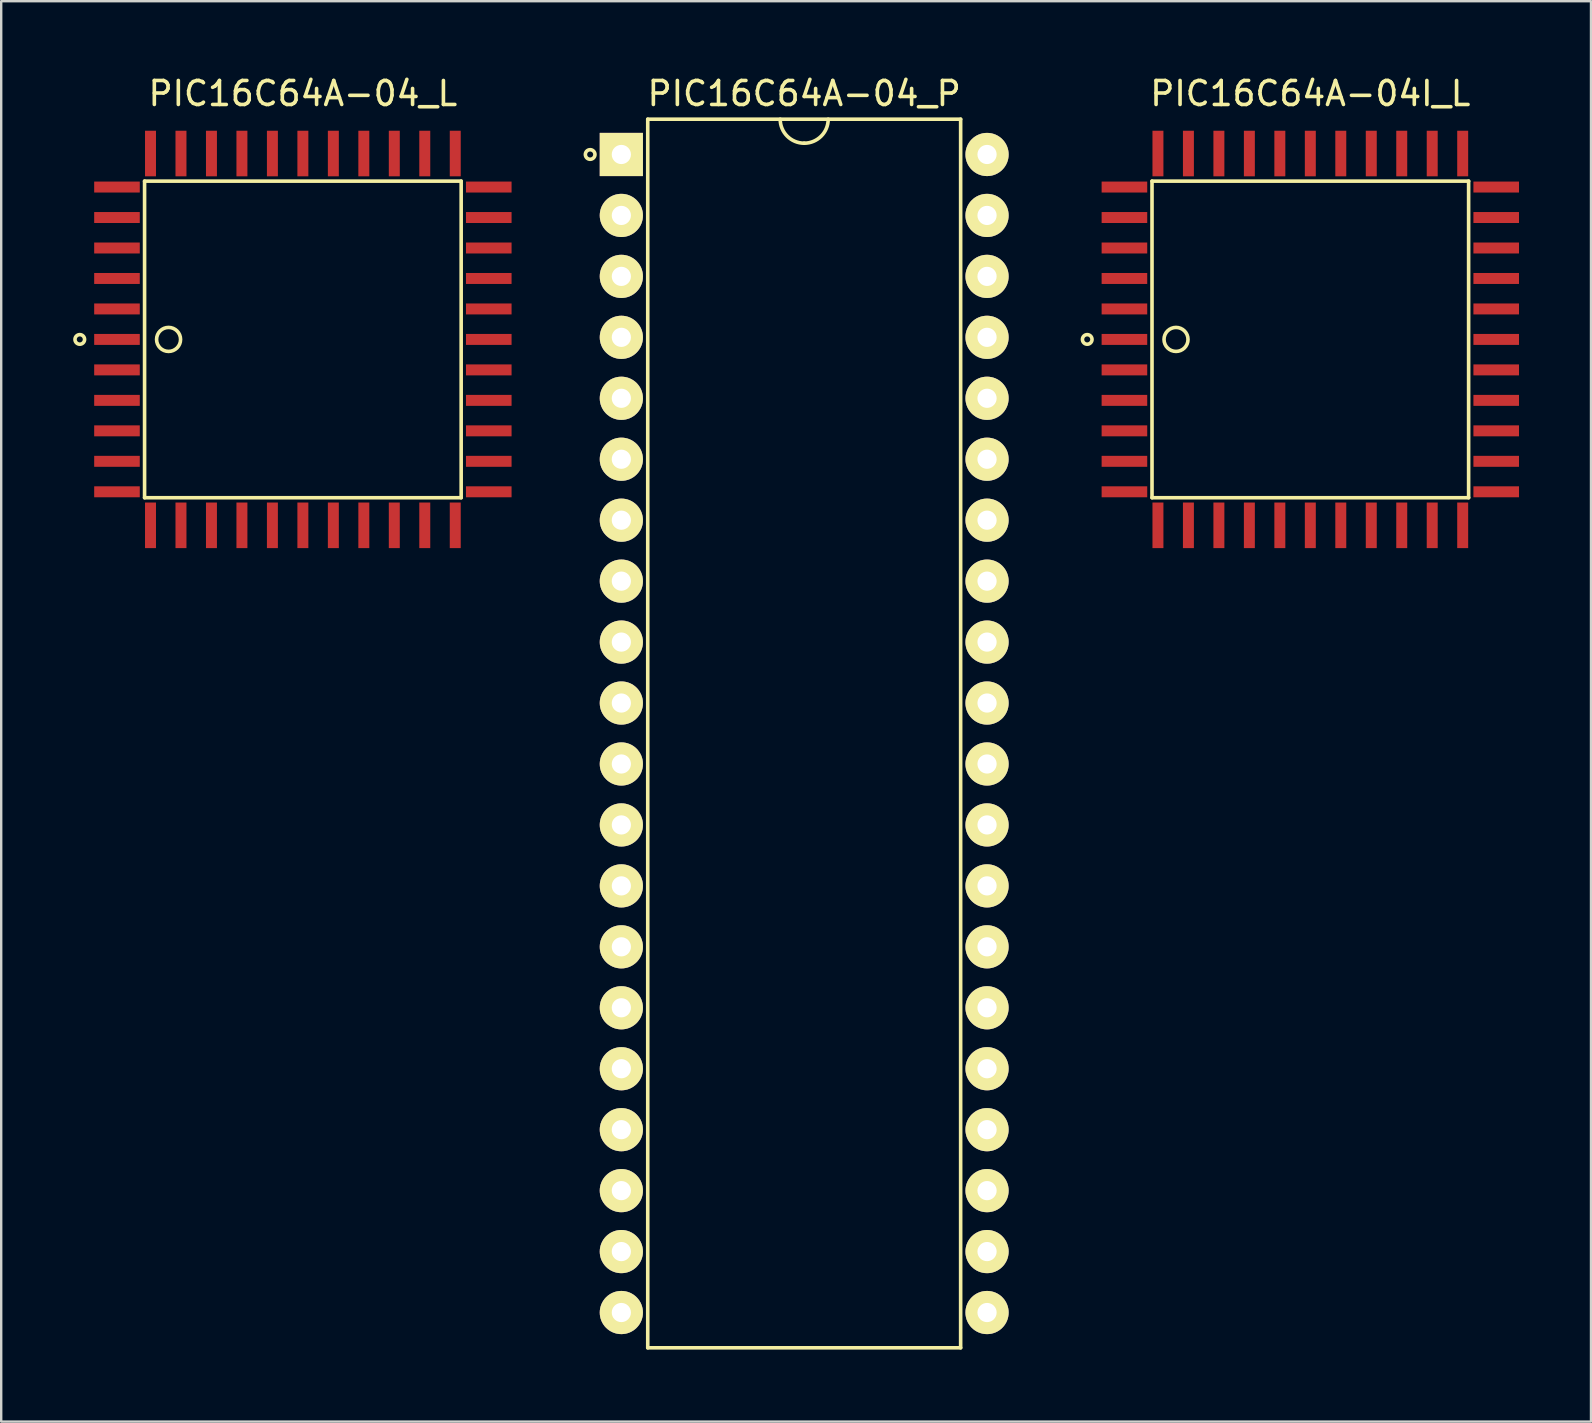
<source format=kicad_pcb>
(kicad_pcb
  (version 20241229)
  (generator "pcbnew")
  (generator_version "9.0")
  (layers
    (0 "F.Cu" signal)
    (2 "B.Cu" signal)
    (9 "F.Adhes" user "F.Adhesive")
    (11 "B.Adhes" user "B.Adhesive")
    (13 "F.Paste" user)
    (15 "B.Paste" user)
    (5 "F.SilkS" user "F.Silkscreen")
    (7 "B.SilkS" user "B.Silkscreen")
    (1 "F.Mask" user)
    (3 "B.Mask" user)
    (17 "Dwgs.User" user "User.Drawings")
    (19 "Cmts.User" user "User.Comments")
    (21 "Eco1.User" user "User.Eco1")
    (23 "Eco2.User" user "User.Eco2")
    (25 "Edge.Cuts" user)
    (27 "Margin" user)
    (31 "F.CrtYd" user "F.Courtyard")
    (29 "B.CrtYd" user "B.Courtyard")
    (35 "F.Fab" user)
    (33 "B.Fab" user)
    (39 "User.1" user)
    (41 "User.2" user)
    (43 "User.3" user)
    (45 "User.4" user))
  (footprint "PIC16C64A-04_P"
    (layer "F.Cu")
    (at 22.844 3.388)
    (property "Reference" "PIC16C64A-04_P" (at 7.62 -2.54 0) (layer "F.SilkS") (effects (font (size 1 1) (thickness 0.15))))
    (attr through_hole)
    (fp_line (start 1.1 -1.47) (end 14.14 -1.47) (stroke (width 0.15) (type solid)) (layer "F.SilkS"))
    (fp_line (start 1.1 49.73) (end 1.1 -1.47) (stroke (width 0.15) (type solid)) (layer "F.SilkS"))
    (fp_line (start 14.14 -1.47) (end 14.14 49.73) (stroke (width 0.15) (type solid)) (layer "F.SilkS"))
    (fp_line (start 14.14 49.73) (end 1.1 49.73) (stroke (width 0.15) (type solid)) (layer "F.SilkS"))
    (fp_arc (start 7.62 -0.47) (mid 6.912893 -0.762893) (end 6.62 -1.47) (stroke (width 0.15) (type solid)) (layer "F.SilkS"))
    (fp_arc (start 8.62 -1.47) (mid 8.327107 -0.762893) (end 7.62 -0.47) (stroke (width 0.15) (type solid)) (layer "F.SilkS"))
    (fp_circle (center -1.3 0) (end -1.3 0.2) (stroke (width 0.15) (type solid)) (fill no) (layer "F.SilkS"))
    (pad "1" thru_hole rect (at 0 0) (size 1.8 1.8) (drill 0.8) (layers "*.Cu" "*.Mask" "F.SilkS"))
    (pad "2" thru_hole circle (at 0 2.54) (size 1.8 1.8) (drill 0.8) (layers "*.Cu" "*.Mask" "F.SilkS"))
    (pad "3" thru_hole circle (at 0 5.08) (size 1.8 1.8) (drill 0.8) (layers "*.Cu" "*.Mask" "F.SilkS"))
    (pad "4" thru_hole circle (at 0 7.62) (size 1.8 1.8) (drill 0.8) (layers "*.Cu" "*.Mask" "F.SilkS"))
    (pad "5" thru_hole circle (at 0 10.16) (size 1.8 1.8) (drill 0.8) (layers "*.Cu" "*.Mask" "F.SilkS"))
    (pad "6" thru_hole circle (at 0 12.7) (size 1.8 1.8) (drill 0.8) (layers "*.Cu" "*.Mask" "F.SilkS"))
    (pad "7" thru_hole circle (at 0 15.24) (size 1.8 1.8) (drill 0.8) (layers "*.Cu" "*.Mask" "F.SilkS"))
    (pad "8" thru_hole circle (at 0 17.78) (size 1.8 1.8) (drill 0.8) (layers "*.Cu" "*.Mask" "F.SilkS"))
    (pad "9" thru_hole circle (at 0 20.32) (size 1.8 1.8) (drill 0.8) (layers "*.Cu" "*.Mask" "F.SilkS"))
    (pad "10" thru_hole circle (at 0 22.86) (size 1.8 1.8) (drill 0.8) (layers "*.Cu" "*.Mask" "F.SilkS"))
    (pad "11" thru_hole circle (at 0 25.4) (size 1.8 1.8) (drill 0.8) (layers "*.Cu" "*.Mask" "F.SilkS"))
    (pad "12" thru_hole circle (at 0 27.94) (size 1.8 1.8) (drill 0.8) (layers "*.Cu" "*.Mask" "F.SilkS"))
    (pad "13" thru_hole circle (at 0 30.48) (size 1.8 1.8) (drill 0.8) (layers "*.Cu" "*.Mask" "F.SilkS"))
    (pad "14" thru_hole circle (at 0 33.02) (size 1.8 1.8) (drill 0.8) (layers "*.Cu" "*.Mask" "F.SilkS"))
    (pad "15" thru_hole circle (at 0 35.56) (size 1.8 1.8) (drill 0.8) (layers "*.Cu" "*.Mask" "F.SilkS"))
    (pad "16" thru_hole circle (at 0 38.1) (size 1.8 1.8) (drill 0.8) (layers "*.Cu" "*.Mask" "F.SilkS"))
    (pad "17" thru_hole circle (at 0 40.64) (size 1.8 1.8) (drill 0.8) (layers "*.Cu" "*.Mask" "F.SilkS"))
    (pad "18" thru_hole circle (at 0 43.18) (size 1.8 1.8) (drill 0.8) (layers "*.Cu" "*.Mask" "F.SilkS"))
    (pad "19" thru_hole circle (at 0 45.72) (size 1.8 1.8) (drill 0.8) (layers "*.Cu" "*.Mask" "F.SilkS"))
    (pad "20" thru_hole circle (at 0 48.26) (size 1.8 1.8) (drill 0.8) (layers "*.Cu" "*.Mask" "F.SilkS"))
    (pad "21" thru_hole circle (at 15.24 48.26) (size 1.8 1.8) (drill 0.8) (layers "*.Cu" "*.Mask" "F.SilkS"))
    (pad "22" thru_hole circle (at 15.24 45.72) (size 1.8 1.8) (drill 0.8) (layers "*.Cu" "*.Mask" "F.SilkS"))
    (pad "23" thru_hole circle (at 15.24 43.18) (size 1.8 1.8) (drill 0.8) (layers "*.Cu" "*.Mask" "F.SilkS"))
    (pad "24" thru_hole circle (at 15.24 40.64) (size 1.8 1.8) (drill 0.8) (layers "*.Cu" "*.Mask" "F.SilkS"))
    (pad "25" thru_hole circle (at 15.24 38.1) (size 1.8 1.8) (drill 0.8) (layers "*.Cu" "*.Mask" "F.SilkS"))
    (pad "26" thru_hole circle (at 15.24 35.56) (size 1.8 1.8) (drill 0.8) (layers "*.Cu" "*.Mask" "F.SilkS"))
    (pad "27" thru_hole circle (at 15.24 33.02) (size 1.8 1.8) (drill 0.8) (layers "*.Cu" "*.Mask" "F.SilkS"))
    (pad "28" thru_hole circle (at 15.24 30.48) (size 1.8 1.8) (drill 0.8) (layers "*.Cu" "*.Mask" "F.SilkS"))
    (pad "29" thru_hole circle (at 15.24 27.94) (size 1.8 1.8) (drill 0.8) (layers "*.Cu" "*.Mask" "F.SilkS"))
    (pad "30" thru_hole circle (at 15.24 25.4) (size 1.8 1.8) (drill 0.8) (layers "*.Cu" "*.Mask" "F.SilkS"))
    (pad "31" thru_hole circle (at 15.24 22.86) (size 1.8 1.8) (drill 0.8) (layers "*.Cu" "*.Mask" "F.SilkS"))
    (pad "32" thru_hole circle (at 15.24 20.32) (size 1.8 1.8) (drill 0.8) (layers "*.Cu" "*.Mask" "F.SilkS"))
    (pad "33" thru_hole circle (at 15.24 17.78) (size 1.8 1.8) (drill 0.8) (layers "*.Cu" "*.Mask" "F.SilkS"))
    (pad "34" thru_hole circle (at 15.24 15.24) (size 1.8 1.8) (drill 0.8) (layers "*.Cu" "*.Mask" "F.SilkS"))
    (pad "35" thru_hole circle (at 15.24 12.7) (size 1.8 1.8) (drill 0.8) (layers "*.Cu" "*.Mask" "F.SilkS"))
    (pad "36" thru_hole circle (at 15.24 10.16) (size 1.8 1.8) (drill 0.8) (layers "*.Cu" "*.Mask" "F.SilkS"))
    (pad "37" thru_hole circle (at 15.24 7.62) (size 1.8 1.8) (drill 0.8) (layers "*.Cu" "*.Mask" "F.SilkS"))
    (pad "38" thru_hole circle (at 15.24 5.08) (size 1.8 1.8) (drill 0.8) (layers "*.Cu" "*.Mask" "F.SilkS"))
    (pad "39" thru_hole circle (at 15.24 2.54) (size 1.8 1.8) (drill 0.8) (layers "*.Cu" "*.Mask" "F.SilkS"))
    (pad "40" thru_hole circle (at 15.24 0) (size 1.8 1.8) (drill 0.8) (layers "*.Cu" "*.Mask" "F.SilkS")))
  (footprint "PIC16C64A-04I_L"
    (layer "F.Cu")
    (at 43.809 3.348)
    (property "Reference" "PIC16C64A-04I_L" (at 7.747 -2.5 0) (layer "F.SilkS") (effects (font (size 1 1) (thickness 0.15))))
    (attr through_hole)
    (fp_line (start 1.15 1.15) (end 1.15 14.344) (stroke (width 0.15) (type solid)) (layer "F.SilkS"))
    (fp_line (start 1.15 1.15) (end 14.344 1.15) (stroke (width 0.15) (type solid)) (layer "F.SilkS"))
    (fp_line (start 1.15 14.344) (end 14.344 14.344) (stroke (width 0.15) (type solid)) (layer "F.SilkS"))
    (fp_line (start 14.344 14.344) (end 14.344 1.15) (stroke (width 0.15) (type solid)) (layer "F.SilkS"))
    (fp_circle (center -1.55 7.747) (end -1.55 7.547) (stroke (width 0.15) (type solid)) (fill no) (layer "F.SilkS"))
    (fp_circle (center 2.15 7.747) (end 2.15 7.247) (stroke (width 0.15) (type solid)) (fill no) (layer "F.SilkS"))
    (pad "1" smd rect (at 0 7.747) (size 1.9 0.457) (layers "F.Cu" "F.Mask" "F.Paste"))
    (pad "2" smd rect (at 0 9.017) (size 1.9 0.457) (layers "F.Cu" "F.Mask" "F.Paste"))
    (pad "3" smd rect (at 0 10.287) (size 1.9 0.457) (layers "F.Cu" "F.Mask" "F.Paste"))
    (pad "4" smd rect (at 0 11.557) (size 1.9 0.457) (layers "F.Cu" "F.Mask" "F.Paste"))
    (pad "5" smd rect (at 0 12.827) (size 1.9 0.457) (layers "F.Cu" "F.Mask" "F.Paste"))
    (pad "6" smd rect (at 0 14.097) (size 1.9 0.457) (layers "F.Cu" "F.Mask" "F.Paste"))
    (pad "7" smd rect (at 1.397 15.494) (size 0.457 1.9) (layers "F.Cu" "F.Mask" "F.Paste"))
    (pad "8" smd rect (at 2.667 15.494) (size 0.457 1.9) (layers "F.Cu" "F.Mask" "F.Paste"))
    (pad "9" smd rect (at 3.937 15.494) (size 0.457 1.9) (layers "F.Cu" "F.Mask" "F.Paste"))
    (pad "10" smd rect (at 5.207 15.494) (size 0.457 1.9) (layers "F.Cu" "F.Mask" "F.Paste"))
    (pad "11" smd rect (at 6.477 15.494) (size 0.457 1.9) (layers "F.Cu" "F.Mask" "F.Paste"))
    (pad "12" smd rect (at 7.747 15.494) (size 0.457 1.9) (layers "F.Cu" "F.Mask" "F.Paste"))
    (pad "13" smd rect (at 9.017 15.494) (size 0.457 1.9) (layers "F.Cu" "F.Mask" "F.Paste"))
    (pad "14" smd rect (at 10.287 15.494) (size 0.457 1.9) (layers "F.Cu" "F.Mask" "F.Paste"))
    (pad "15" smd rect (at 11.557 15.494) (size 0.457 1.9) (layers "F.Cu" "F.Mask" "F.Paste"))
    (pad "16" smd rect (at 12.827 15.494) (size 0.457 1.9) (layers "F.Cu" "F.Mask" "F.Paste"))
    (pad "17" smd rect (at 14.097 15.494) (size 0.457 1.9) (layers "F.Cu" "F.Mask" "F.Paste"))
    (pad "18" smd rect (at 15.494 14.097) (size 1.9 0.457) (layers "F.Cu" "F.Mask" "F.Paste"))
    (pad "19" smd rect (at 15.494 12.827) (size 1.9 0.457) (layers "F.Cu" "F.Mask" "F.Paste"))
    (pad "20" smd rect (at 15.494 11.557) (size 1.9 0.457) (layers "F.Cu" "F.Mask" "F.Paste"))
    (pad "21" smd rect (at 15.494 10.287) (size 1.9 0.457) (layers "F.Cu" "F.Mask" "F.Paste"))
    (pad "22" smd rect (at 15.494 9.017) (size 1.9 0.457) (layers "F.Cu" "F.Mask" "F.Paste"))
    (pad "23" smd rect (at 15.494 7.747) (size 1.9 0.457) (layers "F.Cu" "F.Mask" "F.Paste"))
    (pad "24" smd rect (at 15.494 6.477) (size 1.9 0.457) (layers "F.Cu" "F.Mask" "F.Paste"))
    (pad "25" smd rect (at 15.494 5.207) (size 1.9 0.457) (layers "F.Cu" "F.Mask" "F.Paste"))
    (pad "26" smd rect (at 15.494 3.937) (size 1.9 0.457) (layers "F.Cu" "F.Mask" "F.Paste"))
    (pad "27" smd rect (at 15.494 2.667) (size 1.9 0.457) (layers "F.Cu" "F.Mask" "F.Paste"))
    (pad "28" smd rect (at 15.494 1.397) (size 1.9 0.457) (layers "F.Cu" "F.Mask" "F.Paste"))
    (pad "29" smd rect (at 14.097 0) (size 0.457 1.9) (layers "F.Cu" "F.Mask" "F.Paste"))
    (pad "30" smd rect (at 12.827 0) (size 0.457 1.9) (layers "F.Cu" "F.Mask" "F.Paste"))
    (pad "31" smd rect (at 11.557 0) (size 0.457 1.9) (layers "F.Cu" "F.Mask" "F.Paste"))
    (pad "32" smd rect (at 10.287 0) (size 0.457 1.9) (layers "F.Cu" "F.Mask" "F.Paste"))
    (pad "33" smd rect (at 9.017 0) (size 0.457 1.9) (layers "F.Cu" "F.Mask" "F.Paste"))
    (pad "34" smd rect (at 7.747 0) (size 0.457 1.9) (layers "F.Cu" "F.Mask" "F.Paste"))
    (pad "35" smd rect (at 6.477 0) (size 0.457 1.9) (layers "F.Cu" "F.Mask" "F.Paste"))
    (pad "36" smd rect (at 5.207 0) (size 0.457 1.9) (layers "F.Cu" "F.Mask" "F.Paste"))
    (pad "37" smd rect (at 3.937 0) (size 0.457 1.9) (layers "F.Cu" "F.Mask" "F.Paste"))
    (pad "38" smd rect (at 2.667 0) (size 0.457 1.9) (layers "F.Cu" "F.Mask" "F.Paste"))
    (pad "39" smd rect (at 1.397 0) (size 0.457 1.9) (layers "F.Cu" "F.Mask" "F.Paste"))
    (pad "40" smd rect (at 0 1.397) (size 1.9 0.457) (layers "F.Cu" "F.Mask" "F.Paste"))
    (pad "41" smd rect (at 0 2.667) (size 1.9 0.457) (layers "F.Cu" "F.Mask" "F.Paste"))
    (pad "42" smd rect (at 0 3.937) (size 1.9 0.457) (layers "F.Cu" "F.Mask" "F.Paste"))
    (pad "43" smd rect (at 0 5.207) (size 1.9 0.457) (layers "F.Cu" "F.Mask" "F.Paste"))
    (pad "44" smd rect (at 0 6.477) (size 1.9 0.457) (layers "F.Cu" "F.Mask" "F.Paste")))
  (footprint "PIC16C64A-04_L"
    (layer "F.Cu")
    (at 1.825 3.348)
    (property "Reference" "PIC16C64A-04_L" (at 7.747 -2.5 0) (layer "F.SilkS") (effects (font (size 1 1) (thickness 0.15))))
    (attr through_hole)
    (fp_line (start 1.15 1.15) (end 1.15 14.344) (stroke (width 0.15) (type solid)) (layer "F.SilkS"))
    (fp_line (start 1.15 1.15) (end 14.344 1.15) (stroke (width 0.15) (type solid)) (layer "F.SilkS"))
    (fp_line (start 1.15 14.344) (end 14.344 14.344) (stroke (width 0.15) (type solid)) (layer "F.SilkS"))
    (fp_line (start 14.344 14.344) (end 14.344 1.15) (stroke (width 0.15) (type solid)) (layer "F.SilkS"))
    (fp_circle (center -1.55 7.747) (end -1.55 7.547) (stroke (width 0.15) (type solid)) (fill no) (layer "F.SilkS"))
    (fp_circle (center 2.15 7.747) (end 2.15 7.247) (stroke (width 0.15) (type solid)) (fill no) (layer "F.SilkS"))
    (pad "1" smd rect (at 0 7.747) (size 1.9 0.457) (layers "F.Cu" "F.Mask" "F.Paste"))
    (pad "2" smd rect (at 0 9.017) (size 1.9 0.457) (layers "F.Cu" "F.Mask" "F.Paste"))
    (pad "3" smd rect (at 0 10.287) (size 1.9 0.457) (layers "F.Cu" "F.Mask" "F.Paste"))
    (pad "4" smd rect (at 0 11.557) (size 1.9 0.457) (layers "F.Cu" "F.Mask" "F.Paste"))
    (pad "5" smd rect (at 0 12.827) (size 1.9 0.457) (layers "F.Cu" "F.Mask" "F.Paste"))
    (pad "6" smd rect (at 0 14.097) (size 1.9 0.457) (layers "F.Cu" "F.Mask" "F.Paste"))
    (pad "7" smd rect (at 1.397 15.494) (size 0.457 1.9) (layers "F.Cu" "F.Mask" "F.Paste"))
    (pad "8" smd rect (at 2.667 15.494) (size 0.457 1.9) (layers "F.Cu" "F.Mask" "F.Paste"))
    (pad "9" smd rect (at 3.937 15.494) (size 0.457 1.9) (layers "F.Cu" "F.Mask" "F.Paste"))
    (pad "10" smd rect (at 5.207 15.494) (size 0.457 1.9) (layers "F.Cu" "F.Mask" "F.Paste"))
    (pad "11" smd rect (at 6.477 15.494) (size 0.457 1.9) (layers "F.Cu" "F.Mask" "F.Paste"))
    (pad "12" smd rect (at 7.747 15.494) (size 0.457 1.9) (layers "F.Cu" "F.Mask" "F.Paste"))
    (pad "13" smd rect (at 9.017 15.494) (size 0.457 1.9) (layers "F.Cu" "F.Mask" "F.Paste"))
    (pad "14" smd rect (at 10.287 15.494) (size 0.457 1.9) (layers "F.Cu" "F.Mask" "F.Paste"))
    (pad "15" smd rect (at 11.557 15.494) (size 0.457 1.9) (layers "F.Cu" "F.Mask" "F.Paste"))
    (pad "16" smd rect (at 12.827 15.494) (size 0.457 1.9) (layers "F.Cu" "F.Mask" "F.Paste"))
    (pad "17" smd rect (at 14.097 15.494) (size 0.457 1.9) (layers "F.Cu" "F.Mask" "F.Paste"))
    (pad "18" smd rect (at 15.494 14.097) (size 1.9 0.457) (layers "F.Cu" "F.Mask" "F.Paste"))
    (pad "19" smd rect (at 15.494 12.827) (size 1.9 0.457) (layers "F.Cu" "F.Mask" "F.Paste"))
    (pad "20" smd rect (at 15.494 11.557) (size 1.9 0.457) (layers "F.Cu" "F.Mask" "F.Paste"))
    (pad "21" smd rect (at 15.494 10.287) (size 1.9 0.457) (layers "F.Cu" "F.Mask" "F.Paste"))
    (pad "22" smd rect (at 15.494 9.017) (size 1.9 0.457) (layers "F.Cu" "F.Mask" "F.Paste"))
    (pad "23" smd rect (at 15.494 7.747) (size 1.9 0.457) (layers "F.Cu" "F.Mask" "F.Paste"))
    (pad "24" smd rect (at 15.494 6.477) (size 1.9 0.457) (layers "F.Cu" "F.Mask" "F.Paste"))
    (pad "25" smd rect (at 15.494 5.207) (size 1.9 0.457) (layers "F.Cu" "F.Mask" "F.Paste"))
    (pad "26" smd rect (at 15.494 3.937) (size 1.9 0.457) (layers "F.Cu" "F.Mask" "F.Paste"))
    (pad "27" smd rect (at 15.494 2.667) (size 1.9 0.457) (layers "F.Cu" "F.Mask" "F.Paste"))
    (pad "28" smd rect (at 15.494 1.397) (size 1.9 0.457) (layers "F.Cu" "F.Mask" "F.Paste"))
    (pad "29" smd rect (at 14.097 0) (size 0.457 1.9) (layers "F.Cu" "F.Mask" "F.Paste"))
    (pad "30" smd rect (at 12.827 0) (size 0.457 1.9) (layers "F.Cu" "F.Mask" "F.Paste"))
    (pad "31" smd rect (at 11.557 0) (size 0.457 1.9) (layers "F.Cu" "F.Mask" "F.Paste"))
    (pad "32" smd rect (at 10.287 0) (size 0.457 1.9) (layers "F.Cu" "F.Mask" "F.Paste"))
    (pad "33" smd rect (at 9.017 0) (size 0.457 1.9) (layers "F.Cu" "F.Mask" "F.Paste"))
    (pad "34" smd rect (at 7.747 0) (size 0.457 1.9) (layers "F.Cu" "F.Mask" "F.Paste"))
    (pad "35" smd rect (at 6.477 0) (size 0.457 1.9) (layers "F.Cu" "F.Mask" "F.Paste"))
    (pad "36" smd rect (at 5.207 0) (size 0.457 1.9) (layers "F.Cu" "F.Mask" "F.Paste"))
    (pad "37" smd rect (at 3.937 0) (size 0.457 1.9) (layers "F.Cu" "F.Mask" "F.Paste"))
    (pad "38" smd rect (at 2.667 0) (size 0.457 1.9) (layers "F.Cu" "F.Mask" "F.Paste"))
    (pad "39" smd rect (at 1.397 0) (size 0.457 1.9) (layers "F.Cu" "F.Mask" "F.Paste"))
    (pad "40" smd rect (at 0 1.397) (size 1.9 0.457) (layers "F.Cu" "F.Mask" "F.Paste"))
    (pad "41" smd rect (at 0 2.667) (size 1.9 0.457) (layers "F.Cu" "F.Mask" "F.Paste"))
    (pad "42" smd rect (at 0 3.937) (size 1.9 0.457) (layers "F.Cu" "F.Mask" "F.Paste"))
    (pad "43" smd rect (at 0 5.207) (size 1.9 0.457) (layers "F.Cu" "F.Mask" "F.Paste"))
    (pad "44" smd rect (at 0 6.477) (size 1.9 0.457) (layers "F.Cu" "F.Mask" "F.Paste")))
  (gr_rect
    (start -3 -3)
    (end 63.253 56.193)
    (stroke (width 0.1) (type default))
    (fill no)
    (layer "Edge.Cuts")))
</source>
